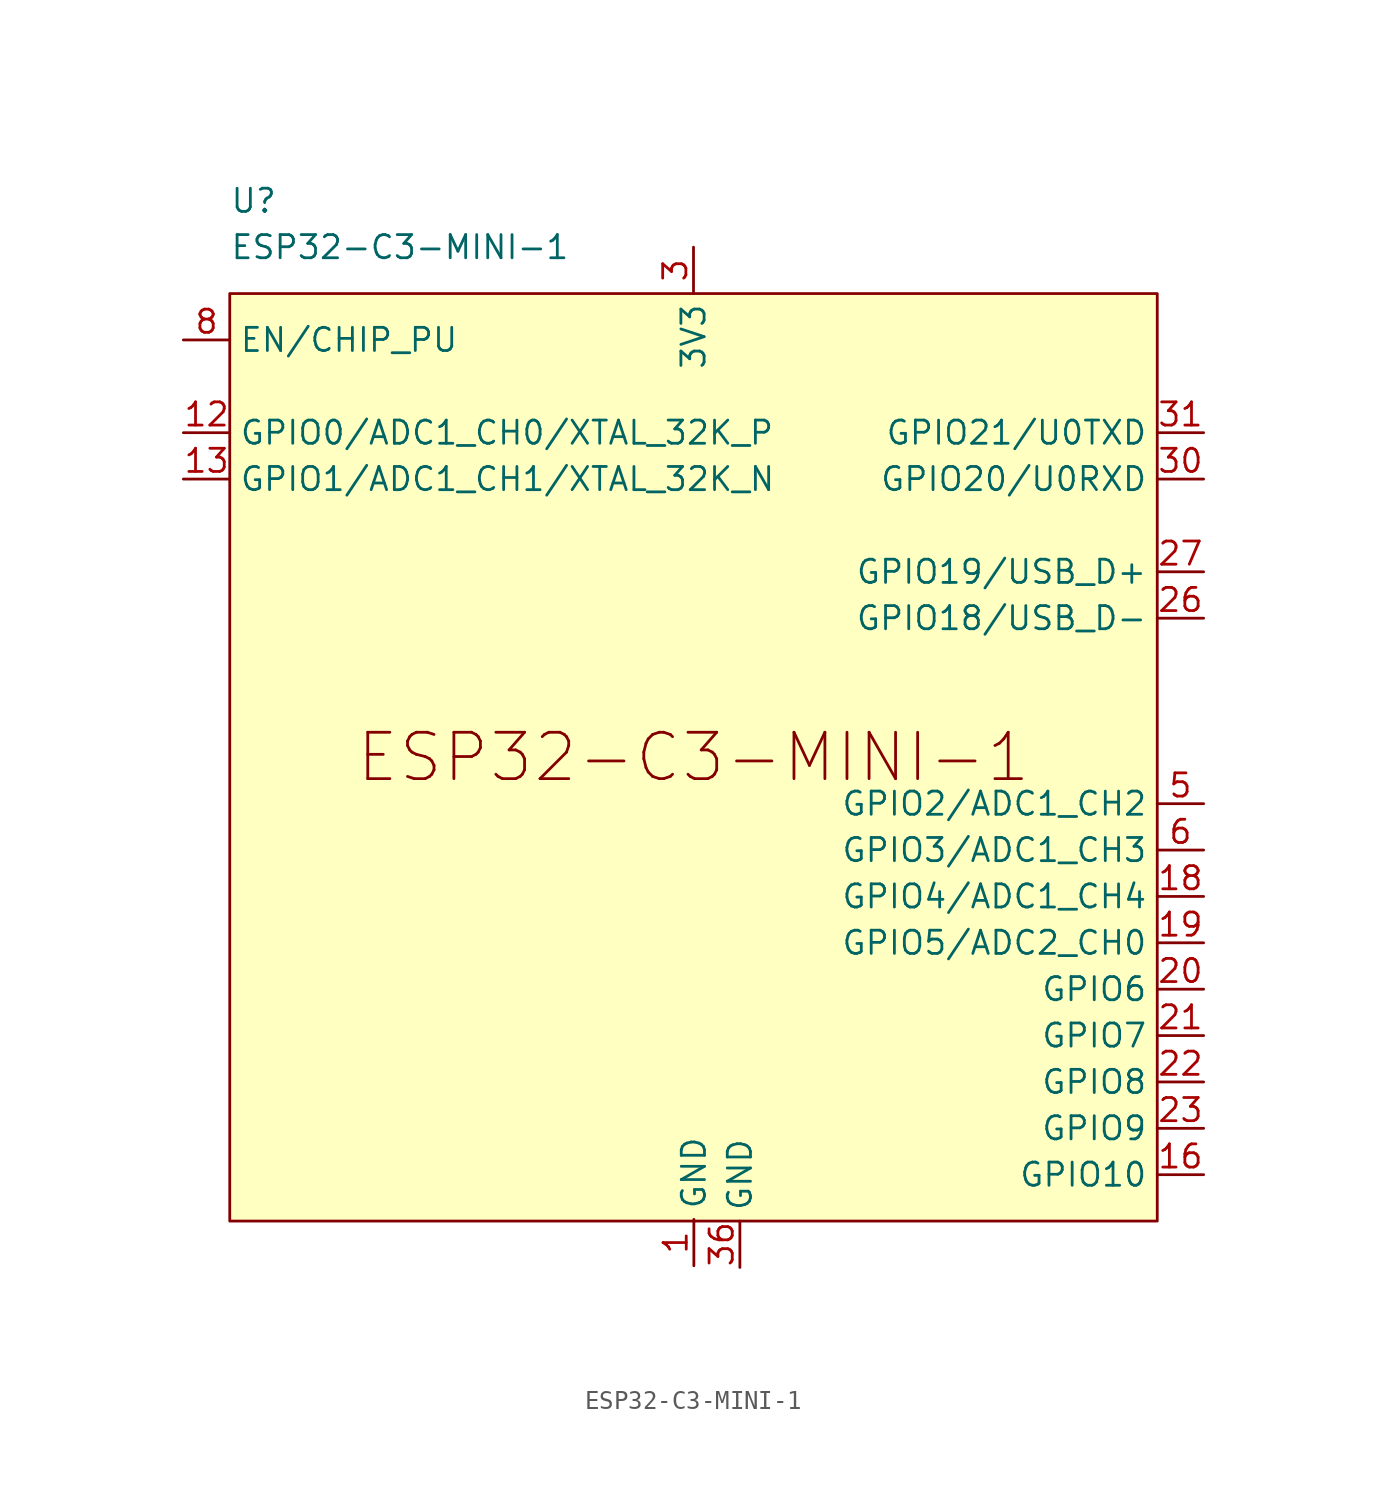
<source format=kicad_sym>
(kicad_symbol_lib
  (version 20220914)
  (generator kicad_symbol_editor)
  (symbol "ESP32-C3-MINI-1"
    (property "Reference" "U"
      (at -25.4 30.48 0)
      (effects (font (size 1.27 1.27)) (justify left)))
    (property "Value" "ESP32-C3-MINI-1"
      (at -25.4 27.94 0)
      (effects (font (size 1.27 1.27)) (justify left)))
    (symbol "ESP32-C3-MINI-1_0_0"
      (text "ESP32-C3-MINI-1" (at 0 0 0) (effects (font (size 2.54 2.54)))))
    (symbol "ESP32-C3-MINI-1_0_1"
      (rectangle (start -25.4 25.4) (end 25.4 -25.4) (stroke (width 0) (type default)) (fill (type background))))
    (symbol "ESP32-C3-MINI-1_1_1"
      (pin power_in line (at 0.02 -27.847 90) (length 2.54) (name "GND" (effects (font (size 1.27 1.27)))) (number "1" (effects (font (size 1.27 1.27)))))
      (pin no_connect line (at -25.4 2.54 0) (length 2.54) hide (name "NC" (effects (font (size 1.27 1.27)))) (number "10" (effects (font (size 1.27 1.27)))))
      (pin passive line (at 0.02 -27.847 90) (length 2.54) hide (name "GND" (effects (font (size 1.27 1.27)))) (number "11" (effects (font (size 1.27 1.27)))))
      (pin bidirectional line (at -27.94 17.78 0) (length 2.54) (name "GPIO0/ADC1_CH0/XTAL_32K_P" (effects (font (size 1.27 1.27)))) (number "12" (effects (font (size 1.27 1.27)))))
      (pin bidirectional line (at -27.94 15.24 0) (length 2.54) (name "GPIO1/ADC1_CH1/XTAL_32K_N" (effects (font (size 1.27 1.27)))) (number "13" (effects (font (size 1.27 1.27)))))
      (pin passive line (at 0.02 -27.847 90) (length 2.54) hide (name "GND" (effects (font (size 1.27 1.27)))) (number "14" (effects (font (size 1.27 1.27)))))
      (pin no_connect line (at -25.4 0 0) (length 2.54) hide (name "NC" (effects (font (size 1.27 1.27)))) (number "15" (effects (font (size 1.27 1.27)))))
      (pin bidirectional line (at 27.94 -22.86 180) (length 2.54) (name "GPIO10" (effects (font (size 1.27 1.27)))) (number "16" (effects (font (size 1.27 1.27)))))
      (pin no_connect line (at -25.4 -2.54 0) (length 2.54) hide (name "NC" (effects (font (size 1.27 1.27)))) (number "17" (effects (font (size 1.27 1.27)))))
      (pin bidirectional line (at 27.94 -7.62 180) (length 2.54) (name "GPIO4/ADC1_CH4" (effects (font (size 1.27 1.27)))) (number "18" (effects (font (size 1.27 1.27)))))
      (pin bidirectional line (at 27.94 -10.16 180) (length 2.54) (name "GPIO5/ADC2_CH0" (effects (font (size 1.27 1.27)))) (number "19" (effects (font (size 1.27 1.27)))))
      (pin passive line (at 0.02 -27.847 90) (length 2.54) hide (name "GND" (effects (font (size 1.27 1.27)))) (number "2" (effects (font (size 1.27 1.27)))))
      (pin bidirectional line (at 27.94 -12.7 180) (length 2.54) (name "GPIO6" (effects (font (size 1.27 1.27)))) (number "20" (effects (font (size 1.27 1.27)))))
      (pin bidirectional line (at 27.94 -15.24 180) (length 2.54) (name "GPIO7" (effects (font (size 1.27 1.27)))) (number "21" (effects (font (size 1.27 1.27)))))
      (pin bidirectional line (at 27.94 -17.78 180) (length 2.54) (name "GPIO8" (effects (font (size 1.27 1.27)))) (number "22" (effects (font (size 1.27 1.27)))))
      (pin bidirectional line (at 27.94 -20.32 180) (length 2.54) (name "GPIO9" (effects (font (size 1.27 1.27)))) (number "23" (effects (font (size 1.27 1.27)))))
      (pin no_connect line (at -25.4 -5.08 0) (length 2.54) hide (name "NC" (effects (font (size 1.27 1.27)))) (number "24" (effects (font (size 1.27 1.27)))))
      (pin no_connect line (at -25.4 -7.62 0) (length 2.54) hide (name "NC" (effects (font (size 1.27 1.27)))) (number "25" (effects (font (size 1.27 1.27)))))
      (pin bidirectional line (at 27.94 7.62 180) (length 2.54) (name "GPIO18/USB_D-" (effects (font (size 1.27 1.27)))) (number "26" (effects (font (size 1.27 1.27)))))
      (pin bidirectional line (at 27.94 10.16 180) (length 2.54) (name "GPIO19/USB_D+" (effects (font (size 1.27 1.27)))) (number "27" (effects (font (size 1.27 1.27)))))
      (pin no_connect line (at -25.4 -10.16 0) (length 2.54) hide (name "NC" (effects (font (size 1.27 1.27)))) (number "28" (effects (font (size 1.27 1.27)))))
      (pin no_connect line (at -25.4 -12.7 0) (length 2.54) hide (name "NC" (effects (font (size 1.27 1.27)))) (number "29" (effects (font (size 1.27 1.27)))))
      (pin power_in line (at 0 27.94 270) (length 2.54) (name "3V3" (effects (font (size 1.27 1.27)))) (number "3" (effects (font (size 1.27 1.27)))))
      (pin bidirectional line (at 27.94 15.24 180) (length 2.54) (name "GPIO20/U0RXD" (effects (font (size 1.27 1.27)))) (number "30" (effects (font (size 1.27 1.27)))))
      (pin bidirectional line (at 27.94 17.78 180) (length 2.54) (name "GPIO21/U0TXD" (effects (font (size 1.27 1.27)))) (number "31" (effects (font (size 1.27 1.27)))))
      (pin no_connect line (at -25.4 -15.24 0) (length 2.54) hide (name "NC" (effects (font (size 1.27 1.27)))) (number "32" (effects (font (size 1.27 1.27)))))
      (pin no_connect line (at -25.4 -17.78 0) (length 2.54) hide (name "NC" (effects (font (size 1.27 1.27)))) (number "33" (effects (font (size 1.27 1.27)))))
      (pin no_connect line (at -25.4 -20.32 0) (length 2.54) hide (name "NC" (effects (font (size 1.27 1.27)))) (number "34" (effects (font (size 1.27 1.27)))))
      (pin no_connect line (at -25.4 -22.86 0) (length 2.54) hide (name "NC" (effects (font (size 1.27 1.27)))) (number "35" (effects (font (size 1.27 1.27)))))
      (pin passive line (at 2.54 -27.94 90) (length 2.54) (name "GND" (effects (font (size 1.27 1.27)))) (number "36" (effects (font (size 1.27 1.27)))))
      (pin passive line (at 0 -27.94 90) (length 2.54) hide (name "GND" (effects (font (size 1.27 1.27)))) (number "37" (effects (font (size 1.27 1.27)))))
      (pin passive line (at 0 -27.94 90) (length 2.54) hide (name "GND" (effects (font (size 1.27 1.27)))) (number "38" (effects (font (size 1.27 1.27)))))
      (pin passive line (at 0 -27.94 90) (length 2.54) hide (name "GND" (effects (font (size 1.27 1.27)))) (number "39" (effects (font (size 1.27 1.27)))))
      (pin no_connect line (at -25.4 10.16 0) (length 2.54) hide (name "NC" (effects (font (size 1.27 1.27)))) (number "4" (effects (font (size 1.27 1.27)))))
      (pin passive line (at 0 -27.94 90) (length 2.54) hide (name "GND" (effects (font (size 1.27 1.27)))) (number "40" (effects (font (size 1.27 1.27)))))
      (pin passive line (at 0 -27.94 90) (length 2.54) hide (name "GND" (effects (font (size 1.27 1.27)))) (number "41" (effects (font (size 1.27 1.27)))))
      (pin passive line (at 0 -27.94 90) (length 2.54) hide (name "GND" (effects (font (size 1.27 1.27)))) (number "42" (effects (font (size 1.27 1.27)))))
      (pin passive line (at 0 -27.94 90) (length 2.54) hide (name "GND" (effects (font (size 1.27 1.27)))) (number "43" (effects (font (size 1.27 1.27)))))
      (pin passive line (at 0 -27.94 90) (length 2.54) hide (name "GND" (effects (font (size 1.27 1.27)))) (number "44" (effects (font (size 1.27 1.27)))))
      (pin passive line (at 0 -27.94 90) (length 2.54) hide (name "GND" (effects (font (size 1.27 1.27)))) (number "45" (effects (font (size 1.27 1.27)))))
      (pin passive line (at 0 -27.94 90) (length 2.54) hide (name "GND" (effects (font (size 1.27 1.27)))) (number "46" (effects (font (size 1.27 1.27)))))
      (pin passive line (at 0 -27.94 90) (length 2.54) hide (name "GND" (effects (font (size 1.27 1.27)))) (number "47" (effects (font (size 1.27 1.27)))))
      (pin passive line (at 0 -27.94 90) (length 2.54) hide (name "GND" (effects (font (size 1.27 1.27)))) (number "48" (effects (font (size 1.27 1.27)))))
      (pin passive line (at 0 -27.94 90) (length 2.54) hide (name "GND" (effects (font (size 1.27 1.27)))) (number "49" (effects (font (size 1.27 1.27)))))
      (pin bidirectional line (at 27.94 -2.54 180) (length 2.54) (name "GPIO2/ADC1_CH2" (effects (font (size 1.27 1.27)))) (number "5" (effects (font (size 1.27 1.27)))))
      (pin passive line (at 0 -27.94 90) (length 2.54) hide (name "GND" (effects (font (size 1.27 1.27)))) (number "50" (effects (font (size 1.27 1.27)))))
      (pin passive line (at 0 -27.94 90) (length 2.54) hide (name "GND" (effects (font (size 1.27 1.27)))) (number "51" (effects (font (size 1.27 1.27)))))
      (pin passive line (at 0 -27.94 90) (length 2.54) hide (name "GND" (effects (font (size 1.27 1.27)))) (number "52" (effects (font (size 1.27 1.27)))))
      (pin passive line (at 0 -27.94 90) (length 2.54) hide (name "GND" (effects (font (size 1.27 1.27)))) (number "53" (effects (font (size 1.27 1.27)))))
      (pin bidirectional line (at 27.94 -5.08 180) (length 2.54) (name "GPIO3/ADC1_CH3" (effects (font (size 1.27 1.27)))) (number "6" (effects (font (size 1.27 1.27)))))
      (pin no_connect line (at -25.4 7.62 0) (length 2.54) hide (name "NC" (effects (font (size 1.27 1.27)))) (number "7" (effects (font (size 1.27 1.27)))))
      (pin input line (at -27.94 22.86 0) (length 2.54) (name "EN/CHIP_PU" (effects (font (size 1.27 1.27)))) (number "8" (effects (font (size 1.27 1.27)))))
      (pin no_connect line (at -25.4 5.08 0) (length 2.54) hide (name "NC" (effects (font (size 1.27 1.27)))) (number "9" (effects (font (size 1.27 1.27))))))))
</source>
